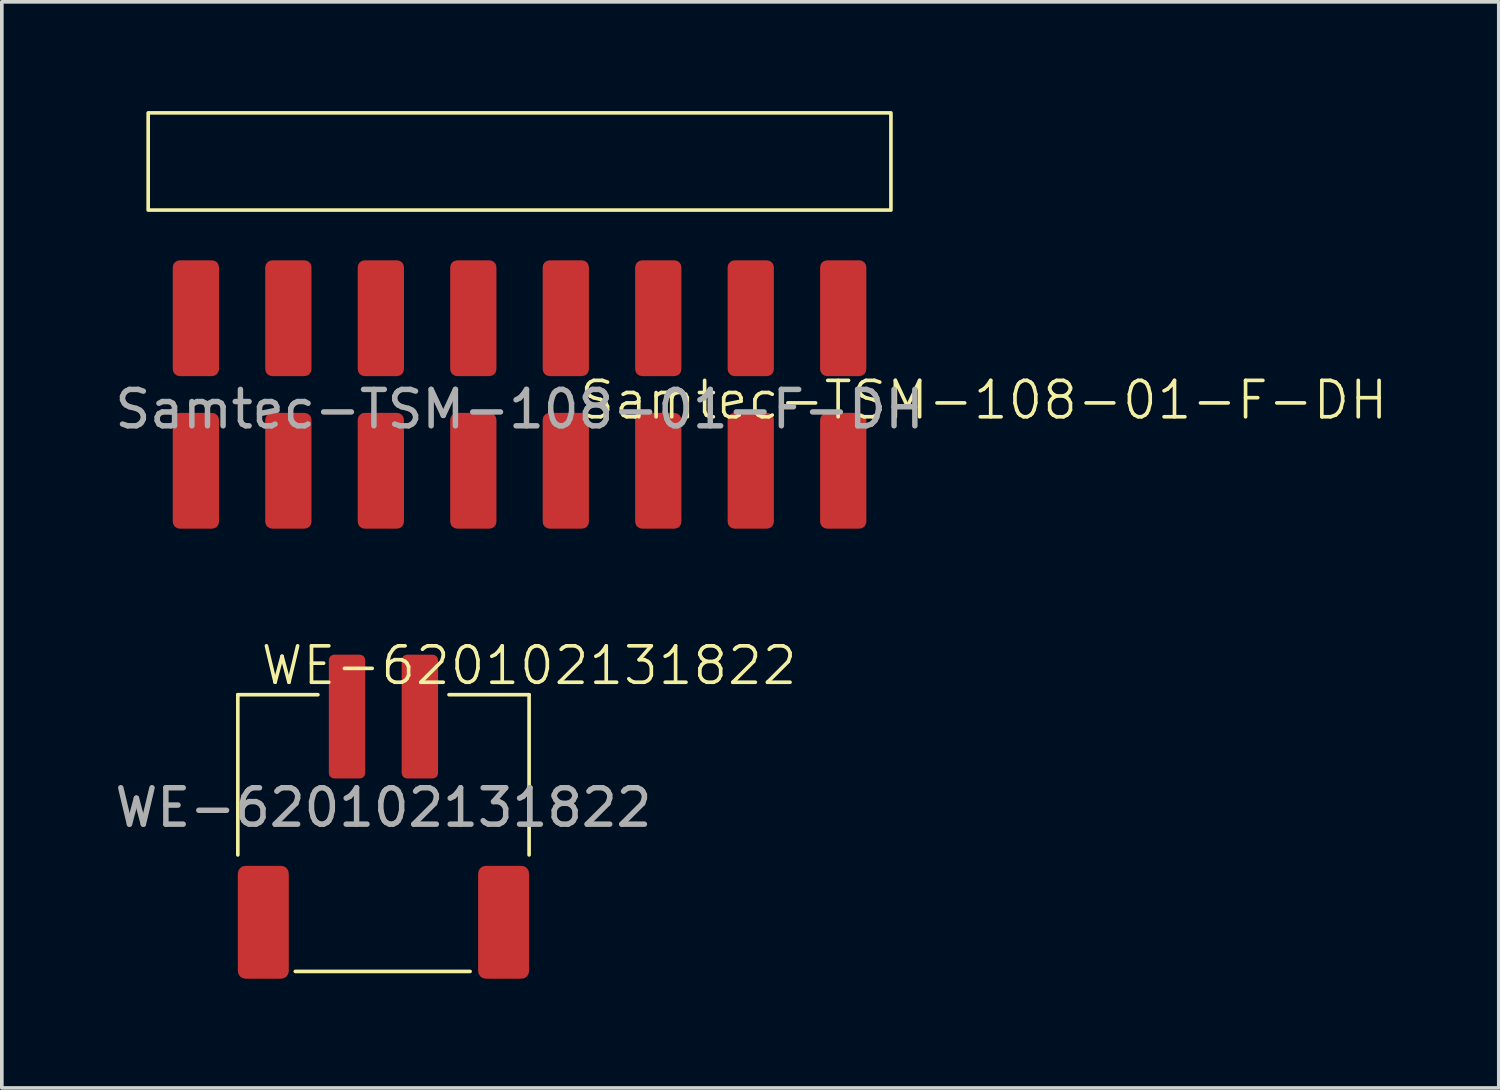
<source format=kicad_pcb>
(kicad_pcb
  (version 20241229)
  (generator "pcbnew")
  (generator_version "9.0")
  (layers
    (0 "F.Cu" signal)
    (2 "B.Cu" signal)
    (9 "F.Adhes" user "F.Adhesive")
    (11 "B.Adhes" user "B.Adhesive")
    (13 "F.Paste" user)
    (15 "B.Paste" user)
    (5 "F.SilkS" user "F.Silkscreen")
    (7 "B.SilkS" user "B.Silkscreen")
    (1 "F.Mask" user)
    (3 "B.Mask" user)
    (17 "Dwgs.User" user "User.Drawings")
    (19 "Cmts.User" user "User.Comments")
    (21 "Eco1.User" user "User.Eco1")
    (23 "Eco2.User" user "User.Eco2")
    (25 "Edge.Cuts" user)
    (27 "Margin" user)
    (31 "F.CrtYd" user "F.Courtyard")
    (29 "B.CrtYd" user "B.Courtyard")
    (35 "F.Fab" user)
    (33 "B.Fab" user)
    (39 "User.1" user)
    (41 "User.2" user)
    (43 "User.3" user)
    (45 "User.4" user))
  (footprint "WE-620102131822"
    (layer "F.Cu")
    (at 7.482 16.631)
    (property "Reference" "WE-620102131822" (at 4 -1.4 0) (unlocked yes) (layer "F.SilkS") (effects (font (size 1 1) (thickness 0.1))))
    (attr smd)
    (fp_line (start -4 -0.6) (end -1.8 -0.6) (stroke (width 0.1) (type default)) (layer "F.SilkS"))
    (fp_line (start -4 3.8) (end -4 -0.6) (stroke (width 0.1) (type default)) (layer "F.SilkS"))
    (fp_line (start -2.421 7) (end 2.379 7) (stroke (width 0.1) (type solid)) (layer "F.SilkS"))
    (fp_line (start 1.8 -0.6) (end 4 -0.6) (stroke (width 0.1) (type default)) (layer "F.SilkS"))
    (fp_line (start 4 3.8) (end 4 -0.6) (stroke (width 0.1) (type default)) (layer "F.SilkS"))
    (fp_text user "${REFERENCE}" (at 0 2.5 0) (unlocked yes) (layer "F.Fab") (effects (font (size 1 1) (thickness 0.15))))
    (pad "" smd roundrect (at -3.3 5.65) (size 1.4 3.1) (layers "F.Cu" "F.Mask" "F.Paste") (roundrect_rratio 0.15))
    (pad "" smd roundrect (at 3.3 5.65) (size 1.4 3.1) (layers "F.Cu" "F.Mask" "F.Paste") (roundrect_rratio 0.15))
    (pad "1" smd roundrect (at -1 0) (size 1 3.4) (layers "F.Cu" "F.Mask" "F.Paste") (roundrect_rratio 0.15))
    (pad "2" smd roundrect (at 1 0) (size 1 3.4) (layers "F.Cu" "F.Mask" "F.Paste") (roundrect_rratio 0.15)))
  (footprint "Samtec-TSM-108-01-F-DH"
    (layer "F.Cu")
    (at 11.22 5.69)
    (property "Reference" "Samtec-TSM-108-01-F-DH" (at 12.75 2.25 0) (unlocked yes) (layer "F.SilkS") (effects (font (size 1 1) (thickness 0.1))))
    (attr smd)
    (fp_rect (start -10.2 -5.64) (end 10.2 -2.97) (stroke (width 0.1) (type solid)) (fill no) (layer "F.SilkS"))
    (fp_text user "${REFERENCE}" (at 0 2.5 0) (unlocked yes) (layer "F.Fab") (effects (font (size 1 1) (thickness 0.15))))
    (pad "1" smd roundrect (at -8.89 4.19) (size 1.27 3.18) (layers "F.Cu" "F.Mask" "F.Paste") (roundrect_rratio 0.15))
    (pad "2" smd roundrect (at -8.89 0) (size 1.27 3.18) (layers "F.Cu" "F.Mask" "F.Paste") (roundrect_rratio 0.15))
    (pad "3" smd roundrect (at -6.35 4.19) (size 1.27 3.18) (layers "F.Cu" "F.Mask" "F.Paste") (roundrect_rratio 0.15))
    (pad "4" smd roundrect (at -6.35 0) (size 1.27 3.18) (layers "F.Cu" "F.Mask" "F.Paste") (roundrect_rratio 0.15))
    (pad "5" smd roundrect (at -3.81 4.19) (size 1.27 3.18) (layers "F.Cu" "F.Mask" "F.Paste") (roundrect_rratio 0.15))
    (pad "6" smd roundrect (at -3.81 0) (size 1.27 3.18) (layers "F.Cu" "F.Mask" "F.Paste") (roundrect_rratio 0.15))
    (pad "7" smd roundrect (at -1.27 4.19) (size 1.27 3.18) (layers "F.Cu" "F.Mask" "F.Paste") (roundrect_rratio 0.15))
    (pad "8" smd roundrect (at -1.27 0) (size 1.27 3.18) (layers "F.Cu" "F.Mask" "F.Paste") (roundrect_rratio 0.15))
    (pad "9" smd roundrect (at 1.27 4.19) (size 1.27 3.18) (layers "F.Cu" "F.Mask" "F.Paste") (roundrect_rratio 0.15))
    (pad "10" smd roundrect (at 1.27 0) (size 1.27 3.18) (layers "F.Cu" "F.Mask" "F.Paste") (roundrect_rratio 0.15))
    (pad "11" smd roundrect (at 3.81 4.19) (size 1.27 3.18) (layers "F.Cu" "F.Mask" "F.Paste") (roundrect_rratio 0.15))
    (pad "12" smd roundrect (at 3.81 0) (size 1.27 3.18) (layers "F.Cu" "F.Mask" "F.Paste") (roundrect_rratio 0.15))
    (pad "13" smd roundrect (at 6.35 4.19) (size 1.27 3.18) (layers "F.Cu" "F.Mask" "F.Paste") (roundrect_rratio 0.15))
    (pad "14" smd roundrect (at 6.35 0) (size 1.27 3.18) (layers "F.Cu" "F.Mask" "F.Paste") (roundrect_rratio 0.15))
    (pad "15" smd roundrect (at 8.89 4.19) (size 1.27 3.18) (layers "F.Cu" "F.Mask" "F.Paste") (roundrect_rratio 0.15))
    (pad "16" smd roundrect (at 8.89 0) (size 1.27 3.18) (layers "F.Cu" "F.Mask" "F.Paste") (roundrect_rratio 0.15)))
  (gr_rect
    (start -3 -3)
    (end 38.115 26.831)
    (stroke (width 0.1) (type default))
    (fill no)
    (layer "Edge.Cuts")))
</source>
